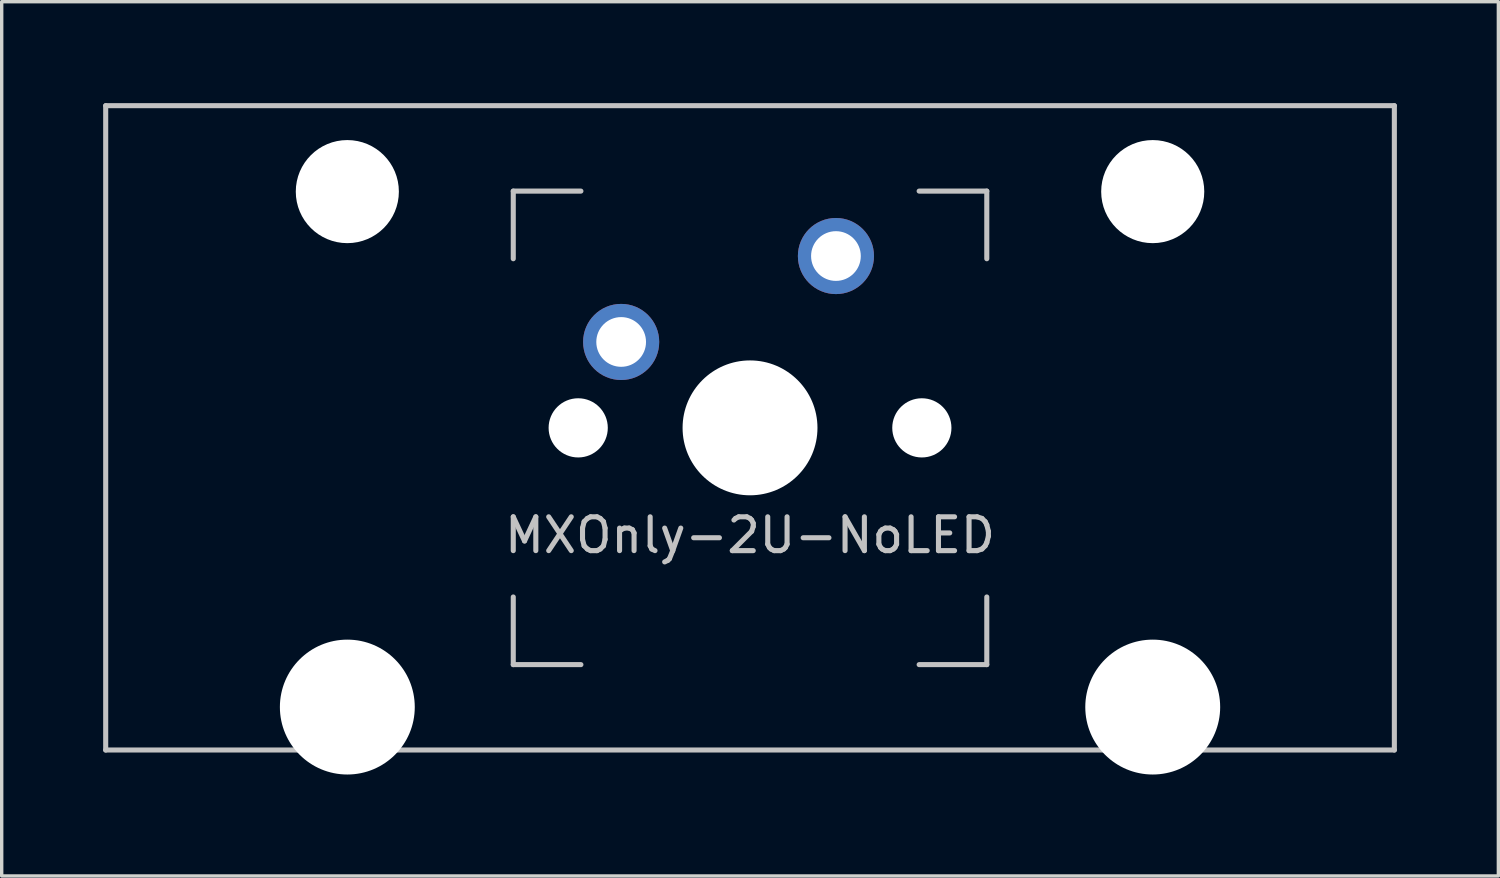
<source format=kicad_pcb>
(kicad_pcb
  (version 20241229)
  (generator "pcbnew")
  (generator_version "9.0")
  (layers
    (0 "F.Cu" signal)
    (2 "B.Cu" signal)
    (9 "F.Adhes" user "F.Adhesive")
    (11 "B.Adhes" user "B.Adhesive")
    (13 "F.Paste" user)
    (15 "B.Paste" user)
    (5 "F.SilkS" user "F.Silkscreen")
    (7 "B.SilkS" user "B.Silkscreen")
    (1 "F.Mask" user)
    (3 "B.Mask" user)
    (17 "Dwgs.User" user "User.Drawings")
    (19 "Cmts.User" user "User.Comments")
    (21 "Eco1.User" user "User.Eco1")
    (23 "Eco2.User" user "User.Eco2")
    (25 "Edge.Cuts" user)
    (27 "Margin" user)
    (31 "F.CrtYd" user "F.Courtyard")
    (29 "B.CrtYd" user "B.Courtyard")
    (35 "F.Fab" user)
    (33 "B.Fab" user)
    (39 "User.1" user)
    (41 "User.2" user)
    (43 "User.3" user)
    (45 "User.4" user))
  (footprint "MXOnly-2U-NoLED"
    (layer "F.Cu")
    (at 19.125 9.6)
    (property "Reference" "MXOnly-2U-NoLED" (at 0 3.175 0) (layer "Dwgs.User") (effects (font (size 1 1) (thickness 0.15))))
    (attr through_hole)
    (fp_line (start -19.05 -9.525) (end 19.05 -9.525) (stroke (width 0.15) (type solid)) (layer "Dwgs.User"))
    (fp_line (start -19.05 9.525) (end -19.05 -9.525) (stroke (width 0.15) (type solid)) (layer "Dwgs.User"))
    (fp_line (start -19.05 9.525) (end 19.05 9.525) (stroke (width 0.15) (type solid)) (layer "Dwgs.User"))
    (fp_line (start -7 -7) (end -7 -5) (stroke (width 0.15) (type solid)) (layer "Dwgs.User"))
    (fp_line (start -7 5) (end -7 7) (stroke (width 0.15) (type solid)) (layer "Dwgs.User"))
    (fp_line (start -7 7) (end -5 7) (stroke (width 0.15) (type solid)) (layer "Dwgs.User"))
    (fp_line (start -5 -7) (end -7 -7) (stroke (width 0.15) (type solid)) (layer "Dwgs.User"))
    (fp_line (start 5 -7) (end 7 -7) (stroke (width 0.15) (type solid)) (layer "Dwgs.User"))
    (fp_line (start 5 7) (end 7 7) (stroke (width 0.15) (type solid)) (layer "Dwgs.User"))
    (fp_line (start 7 -7) (end 7 -5) (stroke (width 0.15) (type solid)) (layer "Dwgs.User"))
    (fp_line (start 7 7) (end 7 5) (stroke (width 0.15) (type solid)) (layer "Dwgs.User"))
    (fp_line (start 19.05 -9.525) (end 19.05 9.525) (stroke (width 0.15) (type solid)) (layer "Dwgs.User"))
    (pad "" np_thru_hole circle (at -11.906 -6.985) (size 3.048 3.048) (drill 3.048) (layers "*.Cu" "*.Mask"))
    (pad "" np_thru_hole circle (at -11.906 8.255) (size 3.988 3.988) (drill 3.988) (layers "*.Cu" "*.Mask"))
    (pad "" np_thru_hole circle (at -5.08 0 48.1) (size 1.75 1.75) (drill 1.75) (layers "*.Cu" "*.Mask"))
    (pad "" np_thru_hole circle (at 0 0) (size 3.988 3.988) (drill 3.988) (layers "*.Cu" "*.Mask"))
    (pad "" np_thru_hole circle (at 5.08 0 48.1) (size 1.75 1.75) (drill 1.75) (layers "*.Cu" "*.Mask"))
    (pad "" np_thru_hole circle (at 11.906 -6.985) (size 3.048 3.048) (drill 3.048) (layers "*.Cu" "*.Mask"))
    (pad "" np_thru_hole circle (at 11.906 8.255) (size 3.988 3.988) (drill 3.988) (layers "*.Cu" "*.Mask"))
    (pad "1" thru_hole circle (at -3.81 -2.54) (size 2.25 2.25) (drill 1.47) (layers "*.Cu" "*.Mask"))
    (pad "2" thru_hole circle (at 2.54 -5.08) (size 2.25 2.25) (drill 1.47) (layers "*.Cu" "*.Mask")))
  (gr_rect
    (start -3 -3)
    (end 41.25 22.849)
    (stroke (width 0.1) (type default))
    (fill no)
    (layer "Edge.Cuts")))
</source>
